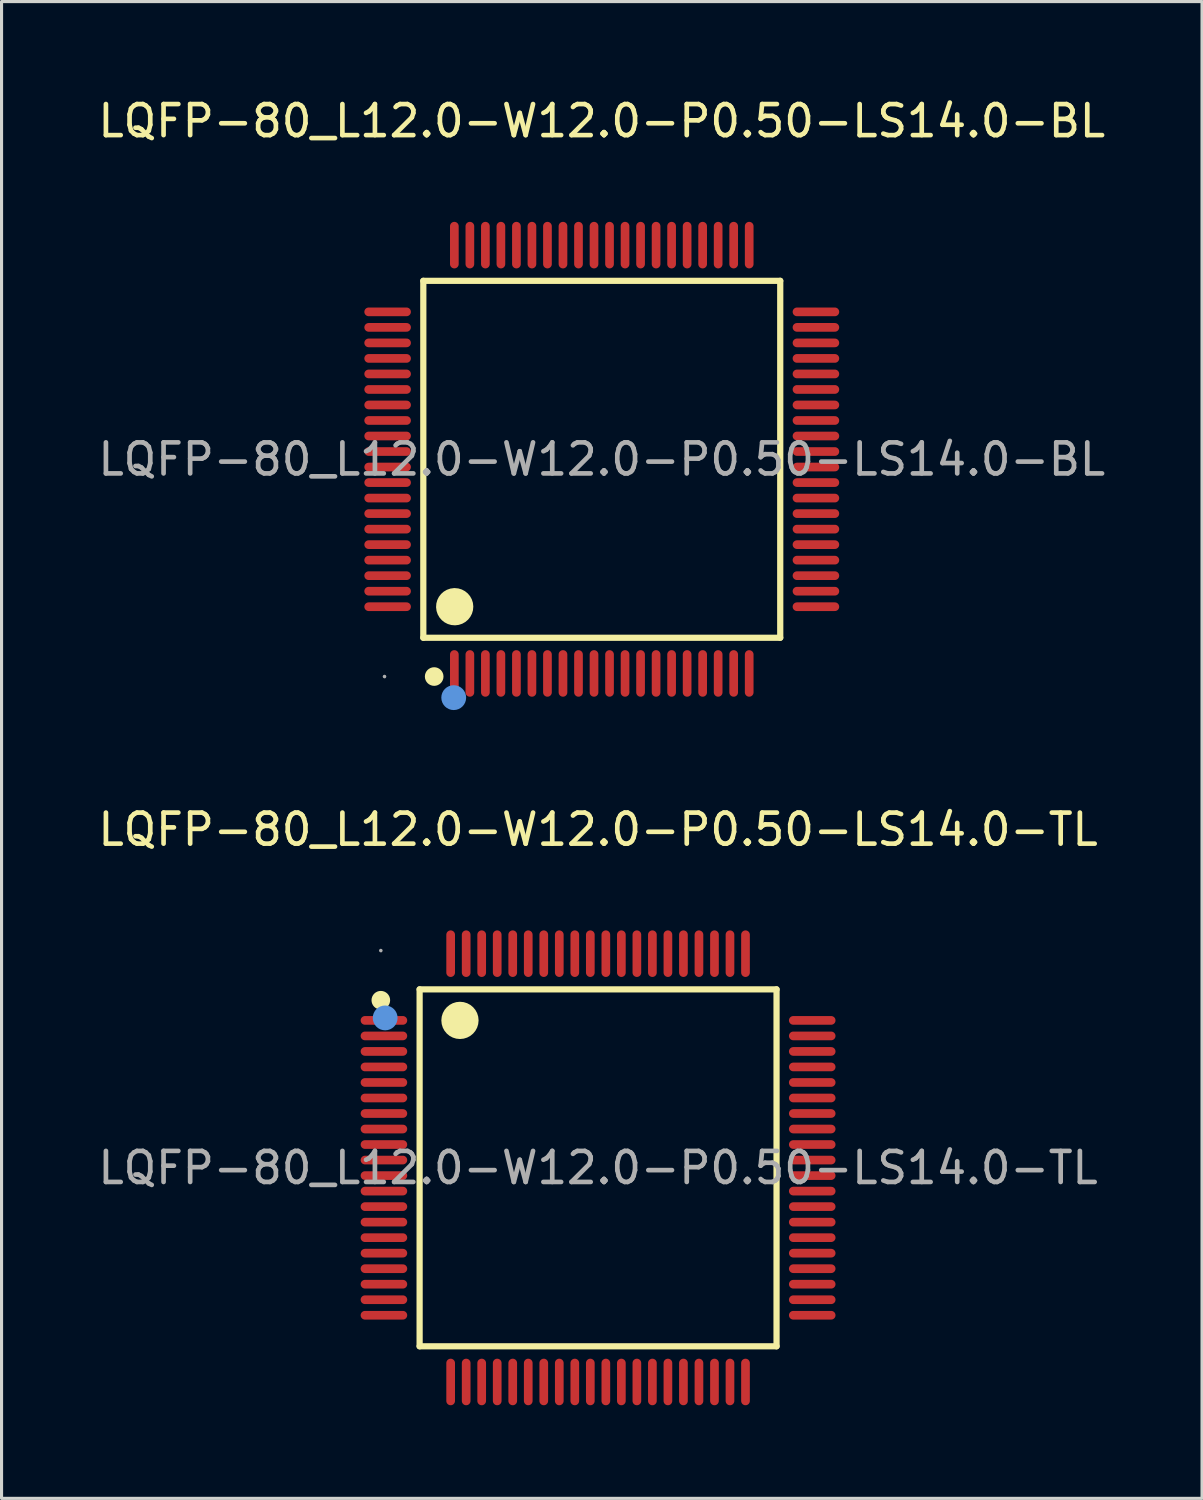
<source format=kicad_pcb>
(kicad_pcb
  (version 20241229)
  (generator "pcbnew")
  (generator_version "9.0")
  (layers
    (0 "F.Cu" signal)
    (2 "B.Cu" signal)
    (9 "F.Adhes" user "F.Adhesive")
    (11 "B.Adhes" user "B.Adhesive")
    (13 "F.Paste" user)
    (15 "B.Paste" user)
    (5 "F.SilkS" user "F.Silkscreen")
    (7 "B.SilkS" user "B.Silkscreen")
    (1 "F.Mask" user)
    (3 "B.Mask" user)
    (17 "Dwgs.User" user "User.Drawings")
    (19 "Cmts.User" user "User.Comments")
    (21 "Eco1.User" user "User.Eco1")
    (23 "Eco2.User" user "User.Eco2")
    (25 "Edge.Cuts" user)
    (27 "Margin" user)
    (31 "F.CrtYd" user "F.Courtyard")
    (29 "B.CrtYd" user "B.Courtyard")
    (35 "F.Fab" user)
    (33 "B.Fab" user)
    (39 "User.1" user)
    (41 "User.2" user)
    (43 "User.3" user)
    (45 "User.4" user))
  (footprint "LQFP-80_L12.0-W12.0-P0.50-LS14.0-BL"
    (layer "F.Cu")
    (at 16.339 11.748)
    (property "Reference" "LQFP-80_L12.0-W12.0-P0.50-LS14.0-BL" (at 0 -10.9 0) (layer "F.SilkS") (effects (font (size 1 1) (thickness 0.15))))
    (attr through_hole)
    (fp_line (start -5.75 -5.75) (end 5.75 -5.75) (stroke (width 0.2) (type solid)) (layer "F.SilkS"))
    (fp_line (start -5.75 5.75) (end -5.75 -5.75) (stroke (width 0.2) (type solid)) (layer "F.SilkS"))
    (fp_line (start 5.75 -5.75) (end 5.75 5.75) (stroke (width 0.2) (type solid)) (layer "F.SilkS"))
    (fp_line (start 5.75 5.75) (end -5.75 5.75) (stroke (width 0.2) (type solid)) (layer "F.SilkS"))
    (fp_arc (start -5.4 7) (mid -5.4 7) (end -5.4 7) (stroke (width 0.3) (type solid)) (layer "F.SilkS"))
    (fp_arc (start -4.74 4.45) (mid -4.735 5.049958) (end -4.749999 4.450167) (stroke (width 0.6) (type solid)) (layer "F.SilkS"))
    (fp_circle (center -4.77 7.68) (end -4.57 7.68) (stroke (width 0.4) (type solid)) (fill no) (layer "Cmts.User"))
    (fp_circle (center -7 7) (end -6.97 7) (stroke (width 0.06) (type solid)) (fill no) (layer "F.Fab"))
    (fp_text user "${REFERENCE}" (at 0 0 0) (layer "F.Fab") (effects (font (size 1 1) (thickness 0.15))))
    (pad "1" smd oval (at -4.75 6.9) (size 0.28 1.5) (layers "F.Cu" "F.Mask" "F.Paste"))
    (pad "2" smd oval (at -4.25 6.9) (size 0.28 1.5) (layers "F.Cu" "F.Mask" "F.Paste"))
    (pad "3" smd oval (at -3.75 6.9) (size 0.28 1.5) (layers "F.Cu" "F.Mask" "F.Paste"))
    (pad "4" smd oval (at -3.25 6.9) (size 0.28 1.5) (layers "F.Cu" "F.Mask" "F.Paste"))
    (pad "5" smd oval (at -2.75 6.9) (size 0.28 1.5) (layers "F.Cu" "F.Mask" "F.Paste"))
    (pad "6" smd oval (at -2.25 6.9) (size 0.28 1.5) (layers "F.Cu" "F.Mask" "F.Paste"))
    (pad "7" smd oval (at -1.75 6.9) (size 0.28 1.5) (layers "F.Cu" "F.Mask" "F.Paste"))
    (pad "8" smd oval (at -1.25 6.9) (size 0.28 1.5) (layers "F.Cu" "F.Mask" "F.Paste"))
    (pad "9" smd oval (at -0.75 6.9) (size 0.28 1.5) (layers "F.Cu" "F.Mask" "F.Paste"))
    (pad "10" smd oval (at -0.25 6.9) (size 0.28 1.5) (layers "F.Cu" "F.Mask" "F.Paste"))
    (pad "11" smd oval (at 0.25 6.9) (size 0.28 1.5) (layers "F.Cu" "F.Mask" "F.Paste"))
    (pad "12" smd oval (at 0.75 6.9) (size 0.28 1.5) (layers "F.Cu" "F.Mask" "F.Paste"))
    (pad "13" smd oval (at 1.25 6.9) (size 0.28 1.5) (layers "F.Cu" "F.Mask" "F.Paste"))
    (pad "14" smd oval (at 1.75 6.9) (size 0.28 1.5) (layers "F.Cu" "F.Mask" "F.Paste"))
    (pad "15" smd oval (at 2.25 6.9) (size 0.28 1.5) (layers "F.Cu" "F.Mask" "F.Paste"))
    (pad "16" smd oval (at 2.75 6.9) (size 0.28 1.5) (layers "F.Cu" "F.Mask" "F.Paste"))
    (pad "17" smd oval (at 3.25 6.9) (size 0.28 1.5) (layers "F.Cu" "F.Mask" "F.Paste"))
    (pad "18" smd oval (at 3.75 6.9) (size 0.28 1.5) (layers "F.Cu" "F.Mask" "F.Paste"))
    (pad "19" smd oval (at 4.25 6.9) (size 0.28 1.5) (layers "F.Cu" "F.Mask" "F.Paste"))
    (pad "20" smd oval (at 4.75 6.9) (size 0.28 1.5) (layers "F.Cu" "F.Mask" "F.Paste"))
    (pad "21" smd oval (at 6.9 4.75) (size 1.5 0.28) (layers "F.Cu" "F.Mask" "F.Paste"))
    (pad "22" smd oval (at 6.9 4.25) (size 1.5 0.28) (layers "F.Cu" "F.Mask" "F.Paste"))
    (pad "23" smd oval (at 6.9 3.75) (size 1.5 0.28) (layers "F.Cu" "F.Mask" "F.Paste"))
    (pad "24" smd oval (at 6.9 3.25) (size 1.5 0.28) (layers "F.Cu" "F.Mask" "F.Paste"))
    (pad "25" smd oval (at 6.9 2.75) (size 1.5 0.28) (layers "F.Cu" "F.Mask" "F.Paste"))
    (pad "26" smd oval (at 6.9 2.25) (size 1.5 0.28) (layers "F.Cu" "F.Mask" "F.Paste"))
    (pad "27" smd oval (at 6.9 1.75) (size 1.5 0.28) (layers "F.Cu" "F.Mask" "F.Paste"))
    (pad "28" smd oval (at 6.9 1.25) (size 1.5 0.28) (layers "F.Cu" "F.Mask" "F.Paste"))
    (pad "29" smd oval (at 6.9 0.75) (size 1.5 0.28) (layers "F.Cu" "F.Mask" "F.Paste"))
    (pad "30" smd oval (at 6.9 0.25) (size 1.5 0.28) (layers "F.Cu" "F.Mask" "F.Paste"))
    (pad "31" smd oval (at 6.9 -0.25) (size 1.5 0.28) (layers "F.Cu" "F.Mask" "F.Paste"))
    (pad "32" smd oval (at 6.9 -0.75) (size 1.5 0.28) (layers "F.Cu" "F.Mask" "F.Paste"))
    (pad "33" smd oval (at 6.9 -1.25) (size 1.5 0.28) (layers "F.Cu" "F.Mask" "F.Paste"))
    (pad "34" smd oval (at 6.9 -1.75) (size 1.5 0.28) (layers "F.Cu" "F.Mask" "F.Paste"))
    (pad "35" smd oval (at 6.9 -2.25) (size 1.5 0.28) (layers "F.Cu" "F.Mask" "F.Paste"))
    (pad "36" smd oval (at 6.9 -2.75) (size 1.5 0.28) (layers "F.Cu" "F.Mask" "F.Paste"))
    (pad "37" smd oval (at 6.9 -3.25) (size 1.5 0.28) (layers "F.Cu" "F.Mask" "F.Paste"))
    (pad "38" smd oval (at 6.9 -3.75) (size 1.5 0.28) (layers "F.Cu" "F.Mask" "F.Paste"))
    (pad "39" smd oval (at 6.9 -4.25) (size 1.5 0.28) (layers "F.Cu" "F.Mask" "F.Paste"))
    (pad "40" smd oval (at 6.9 -4.75) (size 1.5 0.28) (layers "F.Cu" "F.Mask" "F.Paste"))
    (pad "41" smd oval (at 4.75 -6.9) (size 0.28 1.5) (layers "F.Cu" "F.Mask" "F.Paste"))
    (pad "42" smd oval (at 4.25 -6.9) (size 0.28 1.5) (layers "F.Cu" "F.Mask" "F.Paste"))
    (pad "43" smd oval (at 3.75 -6.9) (size 0.28 1.5) (layers "F.Cu" "F.Mask" "F.Paste"))
    (pad "44" smd oval (at 3.25 -6.9) (size 0.28 1.5) (layers "F.Cu" "F.Mask" "F.Paste"))
    (pad "45" smd oval (at 2.75 -6.9) (size 0.28 1.5) (layers "F.Cu" "F.Mask" "F.Paste"))
    (pad "46" smd oval (at 2.25 -6.9) (size 0.28 1.5) (layers "F.Cu" "F.Mask" "F.Paste"))
    (pad "47" smd oval (at 1.75 -6.9) (size 0.28 1.5) (layers "F.Cu" "F.Mask" "F.Paste"))
    (pad "48" smd oval (at 1.25 -6.9) (size 0.28 1.5) (layers "F.Cu" "F.Mask" "F.Paste"))
    (pad "49" smd oval (at 0.75 -6.9) (size 0.28 1.5) (layers "F.Cu" "F.Mask" "F.Paste"))
    (pad "50" smd oval (at 0.25 -6.9) (size 0.28 1.5) (layers "F.Cu" "F.Mask" "F.Paste"))
    (pad "51" smd oval (at -0.25 -6.9) (size 0.28 1.5) (layers "F.Cu" "F.Mask" "F.Paste"))
    (pad "52" smd oval (at -0.75 -6.9) (size 0.28 1.5) (layers "F.Cu" "F.Mask" "F.Paste"))
    (pad "53" smd oval (at -1.25 -6.9) (size 0.28 1.5) (layers "F.Cu" "F.Mask" "F.Paste"))
    (pad "54" smd oval (at -1.75 -6.9) (size 0.28 1.5) (layers "F.Cu" "F.Mask" "F.Paste"))
    (pad "55" smd oval (at -2.25 -6.9) (size 0.28 1.5) (layers "F.Cu" "F.Mask" "F.Paste"))
    (pad "56" smd oval (at -2.75 -6.9) (size 0.28 1.5) (layers "F.Cu" "F.Mask" "F.Paste"))
    (pad "57" smd oval (at -3.25 -6.9) (size 0.28 1.5) (layers "F.Cu" "F.Mask" "F.Paste"))
    (pad "58" smd oval (at -3.75 -6.9) (size 0.28 1.5) (layers "F.Cu" "F.Mask" "F.Paste"))
    (pad "59" smd oval (at -4.25 -6.9) (size 0.28 1.5) (layers "F.Cu" "F.Mask" "F.Paste"))
    (pad "60" smd oval (at -4.75 -6.9) (size 0.28 1.5) (layers "F.Cu" "F.Mask" "F.Paste"))
    (pad "61" smd oval (at -6.9 -4.75) (size 1.5 0.28) (layers "F.Cu" "F.Mask" "F.Paste"))
    (pad "62" smd oval (at -6.9 -4.25) (size 1.5 0.28) (layers "F.Cu" "F.Mask" "F.Paste"))
    (pad "63" smd oval (at -6.9 -3.75) (size 1.5 0.28) (layers "F.Cu" "F.Mask" "F.Paste"))
    (pad "64" smd oval (at -6.9 -3.25) (size 1.5 0.28) (layers "F.Cu" "F.Mask" "F.Paste"))
    (pad "65" smd oval (at -6.9 -2.75) (size 1.5 0.28) (layers "F.Cu" "F.Mask" "F.Paste"))
    (pad "66" smd oval (at -6.9 -2.25) (size 1.5 0.28) (layers "F.Cu" "F.Mask" "F.Paste"))
    (pad "67" smd oval (at -6.9 -1.75) (size 1.5 0.28) (layers "F.Cu" "F.Mask" "F.Paste"))
    (pad "68" smd oval (at -6.9 -1.25) (size 1.5 0.28) (layers "F.Cu" "F.Mask" "F.Paste"))
    (pad "69" smd oval (at -6.9 -0.75) (size 1.5 0.28) (layers "F.Cu" "F.Mask" "F.Paste"))
    (pad "70" smd oval (at -6.9 -0.25) (size 1.5 0.28) (layers "F.Cu" "F.Mask" "F.Paste"))
    (pad "71" smd oval (at -6.9 0.25) (size 1.5 0.28) (layers "F.Cu" "F.Mask" "F.Paste"))
    (pad "72" smd oval (at -6.9 0.75) (size 1.5 0.28) (layers "F.Cu" "F.Mask" "F.Paste"))
    (pad "73" smd oval (at -6.9 1.25) (size 1.5 0.28) (layers "F.Cu" "F.Mask" "F.Paste"))
    (pad "74" smd oval (at -6.9 1.75) (size 1.5 0.28) (layers "F.Cu" "F.Mask" "F.Paste"))
    (pad "75" smd oval (at -6.9 2.25) (size 1.5 0.28) (layers "F.Cu" "F.Mask" "F.Paste"))
    (pad "76" smd oval (at -6.9 2.75) (size 1.5 0.28) (layers "F.Cu" "F.Mask" "F.Paste"))
    (pad "77" smd oval (at -6.9 3.25) (size 1.5 0.28) (layers "F.Cu" "F.Mask" "F.Paste"))
    (pad "78" smd oval (at -6.9 3.75) (size 1.5 0.28) (layers "F.Cu" "F.Mask" "F.Paste"))
    (pad "79" smd oval (at -6.9 4.25) (size 1.5 0.28) (layers "F.Cu" "F.Mask" "F.Paste"))
    (pad "80" smd oval (at -6.9 4.75) (size 1.5 0.28) (layers "F.Cu" "F.Mask" "F.Paste")))
  (footprint "LQFP-80_L12.0-W12.0-P0.50-LS14.0-TL"
    (layer "F.Cu")
    (at 16.22 34.577)
    (property "Reference" "LQFP-80_L12.0-W12.0-P0.50-LS14.0-TL" (at 0 -10.9 0) (layer "F.SilkS") (effects (font (size 1 1) (thickness 0.15))))
    (attr through_hole)
    (fp_line (start -5.75 -5.75) (end 5.75 -5.75) (stroke (width 0.2) (type solid)) (layer "F.SilkS"))
    (fp_line (start -5.75 5.75) (end -5.75 -5.75) (stroke (width 0.2) (type solid)) (layer "F.SilkS"))
    (fp_line (start 5.75 -5.75) (end 5.75 5.75) (stroke (width 0.2) (type solid)) (layer "F.SilkS"))
    (fp_line (start 5.75 5.75) (end -5.75 5.75) (stroke (width 0.2) (type solid)) (layer "F.SilkS"))
    (fp_arc (start -7 -5.4) (mid -7 -5.4) (end -7 -5.4) (stroke (width 0.3) (type solid)) (layer "F.SilkS"))
    (fp_arc (start -4.45 -4.75) (mid -4.45 -4.75) (end -4.45 -4.75) (stroke (width 0.6) (type solid)) (layer "F.SilkS"))
    (fp_circle (center -6.86 -4.83) (end -6.66 -4.83) (stroke (width 0.4) (type solid)) (fill no) (layer "Cmts.User"))
    (fp_circle (center -7 -7) (end -6.97 -7) (stroke (width 0.06) (type solid)) (fill no) (layer "F.Fab"))
    (fp_text user "${REFERENCE}" (at 0 0 0) (layer "F.Fab") (effects (font (size 1 1) (thickness 0.15))))
    (pad "1" smd oval (at -6.9 -4.75 90) (size 0.28 1.5) (layers "F.Cu" "F.Mask" "F.Paste"))
    (pad "2" smd oval (at -6.9 -4.25 90) (size 0.28 1.5) (layers "F.Cu" "F.Mask" "F.Paste"))
    (pad "3" smd oval (at -6.9 -3.75 90) (size 0.28 1.5) (layers "F.Cu" "F.Mask" "F.Paste"))
    (pad "4" smd oval (at -6.9 -3.25 90) (size 0.28 1.5) (layers "F.Cu" "F.Mask" "F.Paste"))
    (pad "5" smd oval (at -6.9 -2.75 90) (size 0.28 1.5) (layers "F.Cu" "F.Mask" "F.Paste"))
    (pad "6" smd oval (at -6.9 -2.25 90) (size 0.28 1.5) (layers "F.Cu" "F.Mask" "F.Paste"))
    (pad "7" smd oval (at -6.9 -1.75 90) (size 0.28 1.5) (layers "F.Cu" "F.Mask" "F.Paste"))
    (pad "8" smd oval (at -6.9 -1.25 90) (size 0.28 1.5) (layers "F.Cu" "F.Mask" "F.Paste"))
    (pad "9" smd oval (at -6.9 -0.75 90) (size 0.28 1.5) (layers "F.Cu" "F.Mask" "F.Paste"))
    (pad "10" smd oval (at -6.9 -0.25 90) (size 0.28 1.5) (layers "F.Cu" "F.Mask" "F.Paste"))
    (pad "11" smd oval (at -6.9 0.25 90) (size 0.28 1.5) (layers "F.Cu" "F.Mask" "F.Paste"))
    (pad "12" smd oval (at -6.9 0.75 90) (size 0.28 1.5) (layers "F.Cu" "F.Mask" "F.Paste"))
    (pad "13" smd oval (at -6.9 1.25 90) (size 0.28 1.5) (layers "F.Cu" "F.Mask" "F.Paste"))
    (pad "14" smd oval (at -6.9 1.75 90) (size 0.28 1.5) (layers "F.Cu" "F.Mask" "F.Paste"))
    (pad "15" smd oval (at -6.9 2.25 90) (size 0.28 1.5) (layers "F.Cu" "F.Mask" "F.Paste"))
    (pad "16" smd oval (at -6.9 2.75 90) (size 0.28 1.5) (layers "F.Cu" "F.Mask" "F.Paste"))
    (pad "17" smd oval (at -6.9 3.25 90) (size 0.28 1.5) (layers "F.Cu" "F.Mask" "F.Paste"))
    (pad "18" smd oval (at -6.9 3.75 90) (size 0.28 1.5) (layers "F.Cu" "F.Mask" "F.Paste"))
    (pad "19" smd oval (at -6.9 4.25 90) (size 0.28 1.5) (layers "F.Cu" "F.Mask" "F.Paste"))
    (pad "20" smd oval (at -6.9 4.75 270) (size 0.28 1.5) (layers "F.Cu" "F.Mask" "F.Paste"))
    (pad "21" smd oval (at -4.75 6.9 180) (size 0.28 1.5) (layers "F.Cu" "F.Mask" "F.Paste"))
    (pad "22" smd oval (at -4.25 6.9) (size 0.28 1.5) (layers "F.Cu" "F.Mask" "F.Paste"))
    (pad "23" smd oval (at -3.75 6.9) (size 0.28 1.5) (layers "F.Cu" "F.Mask" "F.Paste"))
    (pad "24" smd oval (at -3.25 6.9) (size 0.28 1.5) (layers "F.Cu" "F.Mask" "F.Paste"))
    (pad "25" smd oval (at -2.75 6.9) (size 0.28 1.5) (layers "F.Cu" "F.Mask" "F.Paste"))
    (pad "26" smd oval (at -2.25 6.9) (size 0.28 1.5) (layers "F.Cu" "F.Mask" "F.Paste"))
    (pad "27" smd oval (at -1.75 6.9) (size 0.28 1.5) (layers "F.Cu" "F.Mask" "F.Paste"))
    (pad "28" smd oval (at -1.25 6.9) (size 0.28 1.5) (layers "F.Cu" "F.Mask" "F.Paste"))
    (pad "29" smd oval (at -0.75 6.9) (size 0.28 1.5) (layers "F.Cu" "F.Mask" "F.Paste"))
    (pad "30" smd oval (at -0.25 6.9) (size 0.28 1.5) (layers "F.Cu" "F.Mask" "F.Paste"))
    (pad "31" smd oval (at 0.25 6.9) (size 0.28 1.5) (layers "F.Cu" "F.Mask" "F.Paste"))
    (pad "32" smd oval (at 0.75 6.9) (size 0.28 1.5) (layers "F.Cu" "F.Mask" "F.Paste"))
    (pad "33" smd oval (at 1.25 6.9) (size 0.28 1.5) (layers "F.Cu" "F.Mask" "F.Paste"))
    (pad "34" smd oval (at 1.75 6.9) (size 0.28 1.5) (layers "F.Cu" "F.Mask" "F.Paste"))
    (pad "35" smd oval (at 2.25 6.9) (size 0.28 1.5) (layers "F.Cu" "F.Mask" "F.Paste"))
    (pad "36" smd oval (at 2.75 6.9) (size 0.28 1.5) (layers "F.Cu" "F.Mask" "F.Paste"))
    (pad "37" smd oval (at 3.25 6.9) (size 0.28 1.5) (layers "F.Cu" "F.Mask" "F.Paste"))
    (pad "38" smd oval (at 3.75 6.9) (size 0.28 1.5) (layers "F.Cu" "F.Mask" "F.Paste"))
    (pad "39" smd oval (at 4.25 6.9) (size 0.28 1.5) (layers "F.Cu" "F.Mask" "F.Paste"))
    (pad "40" smd oval (at 4.75 6.9) (size 0.28 1.5) (layers "F.Cu" "F.Mask" "F.Paste"))
    (pad "41" smd oval (at 6.9 4.75 270) (size 0.28 1.5) (layers "F.Cu" "F.Mask" "F.Paste"))
    (pad "42" smd oval (at 6.9 4.25 90) (size 0.28 1.5) (layers "F.Cu" "F.Mask" "F.Paste"))
    (pad "43" smd oval (at 6.9 3.75 90) (size 0.28 1.5) (layers "F.Cu" "F.Mask" "F.Paste"))
    (pad "44" smd oval (at 6.9 3.25 90) (size 0.28 1.5) (layers "F.Cu" "F.Mask" "F.Paste"))
    (pad "45" smd oval (at 6.9 2.75 90) (size 0.28 1.5) (layers "F.Cu" "F.Mask" "F.Paste"))
    (pad "46" smd oval (at 6.9 2.25 90) (size 0.28 1.5) (layers "F.Cu" "F.Mask" "F.Paste"))
    (pad "47" smd oval (at 6.9 1.75 90) (size 0.28 1.5) (layers "F.Cu" "F.Mask" "F.Paste"))
    (pad "48" smd oval (at 6.9 1.25 90) (size 0.28 1.5) (layers "F.Cu" "F.Mask" "F.Paste"))
    (pad "49" smd oval (at 6.9 0.75 90) (size 0.28 1.5) (layers "F.Cu" "F.Mask" "F.Paste"))
    (pad "50" smd oval (at 6.9 0.25 90) (size 0.28 1.5) (layers "F.Cu" "F.Mask" "F.Paste"))
    (pad "51" smd oval (at 6.9 -0.25 90) (size 0.28 1.5) (layers "F.Cu" "F.Mask" "F.Paste"))
    (pad "52" smd oval (at 6.9 -0.75 90) (size 0.28 1.5) (layers "F.Cu" "F.Mask" "F.Paste"))
    (pad "53" smd oval (at 6.9 -1.25 90) (size 0.28 1.5) (layers "F.Cu" "F.Mask" "F.Paste"))
    (pad "54" smd oval (at 6.9 -1.75 90) (size 0.28 1.5) (layers "F.Cu" "F.Mask" "F.Paste"))
    (pad "55" smd oval (at 6.9 -2.25 90) (size 0.28 1.5) (layers "F.Cu" "F.Mask" "F.Paste"))
    (pad "56" smd oval (at 6.9 -2.75 90) (size 0.28 1.5) (layers "F.Cu" "F.Mask" "F.Paste"))
    (pad "57" smd oval (at 6.9 -3.25 90) (size 0.28 1.5) (layers "F.Cu" "F.Mask" "F.Paste"))
    (pad "58" smd oval (at 6.9 -3.75 90) (size 0.28 1.5) (layers "F.Cu" "F.Mask" "F.Paste"))
    (pad "59" smd oval (at 6.9 -4.25 90) (size 0.28 1.5) (layers "F.Cu" "F.Mask" "F.Paste"))
    (pad "60" smd oval (at 6.9 -4.75 90) (size 0.28 1.5) (layers "F.Cu" "F.Mask" "F.Paste"))
    (pad "61" smd oval (at 4.75 -6.9) (size 0.28 1.5) (layers "F.Cu" "F.Mask" "F.Paste"))
    (pad "62" smd oval (at 4.25 -6.9) (size 0.28 1.5) (layers "F.Cu" "F.Mask" "F.Paste"))
    (pad "63" smd oval (at 3.75 -6.9) (size 0.28 1.5) (layers "F.Cu" "F.Mask" "F.Paste"))
    (pad "64" smd oval (at 3.25 -6.9) (size 0.28 1.5) (layers "F.Cu" "F.Mask" "F.Paste"))
    (pad "65" smd oval (at 2.75 -6.9) (size 0.28 1.5) (layers "F.Cu" "F.Mask" "F.Paste"))
    (pad "66" smd oval (at 2.25 -6.9) (size 0.28 1.5) (layers "F.Cu" "F.Mask" "F.Paste"))
    (pad "67" smd oval (at 1.75 -6.9) (size 0.28 1.5) (layers "F.Cu" "F.Mask" "F.Paste"))
    (pad "68" smd oval (at 1.25 -6.9) (size 0.28 1.5) (layers "F.Cu" "F.Mask" "F.Paste"))
    (pad "69" smd oval (at 0.75 -6.9) (size 0.28 1.5) (layers "F.Cu" "F.Mask" "F.Paste"))
    (pad "70" smd oval (at 0.25 -6.9) (size 0.28 1.5) (layers "F.Cu" "F.Mask" "F.Paste"))
    (pad "71" smd oval (at -0.25 -6.9) (size 0.28 1.5) (layers "F.Cu" "F.Mask" "F.Paste"))
    (pad "72" smd oval (at -0.75 -6.9) (size 0.28 1.5) (layers "F.Cu" "F.Mask" "F.Paste"))
    (pad "73" smd oval (at -1.25 -6.9) (size 0.28 1.5) (layers "F.Cu" "F.Mask" "F.Paste"))
    (pad "74" smd oval (at -1.75 -6.9) (size 0.28 1.5) (layers "F.Cu" "F.Mask" "F.Paste"))
    (pad "75" smd oval (at -2.25 -6.9) (size 0.28 1.5) (layers "F.Cu" "F.Mask" "F.Paste"))
    (pad "76" smd oval (at -2.75 -6.9) (size 0.28 1.5) (layers "F.Cu" "F.Mask" "F.Paste"))
    (pad "77" smd oval (at -3.25 -6.9) (size 0.28 1.5) (layers "F.Cu" "F.Mask" "F.Paste"))
    (pad "78" smd oval (at -3.75 -6.9) (size 0.28 1.5) (layers "F.Cu" "F.Mask" "F.Paste"))
    (pad "79" smd oval (at -4.25 -6.9) (size 0.28 1.5) (layers "F.Cu" "F.Mask" "F.Paste"))
    (pad "80" smd oval (at -4.75 -6.9 180) (size 0.28 1.5) (layers "F.Cu" "F.Mask" "F.Paste")))
  (gr_rect
    (start -3 -3)
    (end 35.679 45.227)
    (stroke (width 0.1) (type default))
    (fill no)
    (layer "Edge.Cuts")))
</source>
